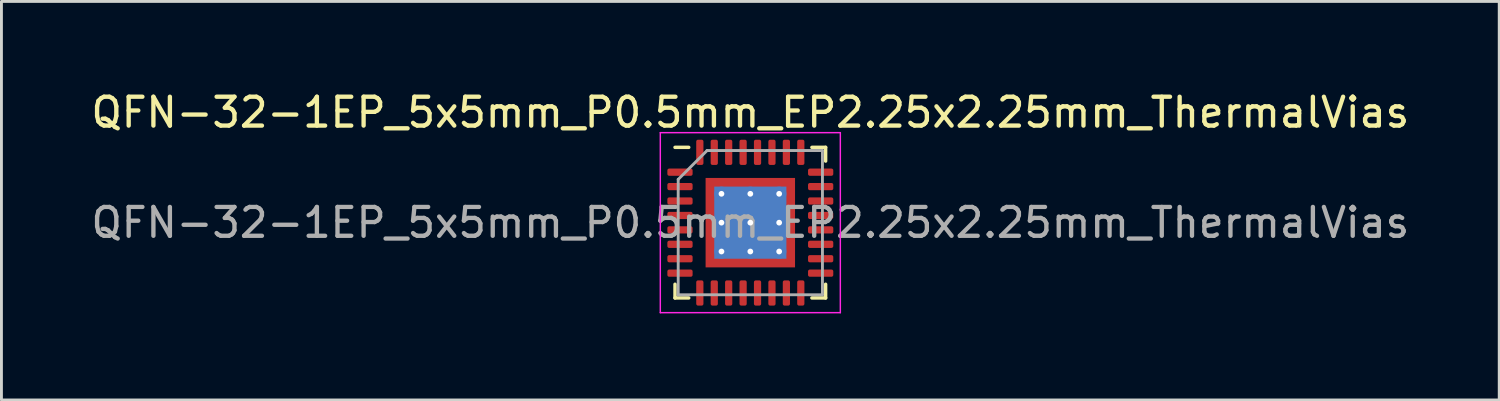
<source format=kicad_pcb>
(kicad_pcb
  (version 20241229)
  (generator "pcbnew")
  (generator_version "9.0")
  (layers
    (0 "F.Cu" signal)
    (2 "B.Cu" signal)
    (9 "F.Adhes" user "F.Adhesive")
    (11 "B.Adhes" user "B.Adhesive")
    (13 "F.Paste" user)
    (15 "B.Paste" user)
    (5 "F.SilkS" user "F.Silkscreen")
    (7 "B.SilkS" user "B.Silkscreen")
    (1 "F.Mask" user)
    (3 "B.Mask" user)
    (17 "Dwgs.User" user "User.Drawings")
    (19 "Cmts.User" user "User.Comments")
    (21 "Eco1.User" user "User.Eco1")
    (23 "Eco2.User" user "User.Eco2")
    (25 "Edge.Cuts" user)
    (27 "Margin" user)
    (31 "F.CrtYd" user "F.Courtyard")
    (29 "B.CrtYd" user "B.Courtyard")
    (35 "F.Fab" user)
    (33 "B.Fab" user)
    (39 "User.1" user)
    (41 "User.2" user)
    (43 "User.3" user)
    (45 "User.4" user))
  (footprint "QFN-32-1EP_5x5mm_P0.5mm_EP2.25x2.25mm_ThermalVias"
    (layer "F.Cu")
    (at 22.958 4.668)
    (property "Reference" "QFN-32-1EP_5x5mm_P0.5mm_EP2.25x2.25mm_ThermalVias" (at 0 -3.82 0) (layer "F.SilkS") (effects (font (size 1 1) (thickness 0.15))))
    (attr smd)
    (fp_line (start -2.61 2.61) (end -2.61 2.135) (stroke (width 0.12) (type solid)) (layer "F.SilkS"))
    (fp_line (start -2.135 -2.61) (end -2.61 -2.61) (stroke (width 0.12) (type solid)) (layer "F.SilkS"))
    (fp_line (start -2.135 2.61) (end -2.61 2.61) (stroke (width 0.12) (type solid)) (layer "F.SilkS"))
    (fp_line (start 2.135 -2.61) (end 2.61 -2.61) (stroke (width 0.12) (type solid)) (layer "F.SilkS"))
    (fp_line (start 2.135 2.61) (end 2.61 2.61) (stroke (width 0.12) (type solid)) (layer "F.SilkS"))
    (fp_line (start 2.61 -2.61) (end 2.61 -2.135) (stroke (width 0.12) (type solid)) (layer "F.SilkS"))
    (fp_line (start 2.61 2.61) (end 2.61 2.135) (stroke (width 0.12) (type solid)) (layer "F.SilkS"))
    (fp_line (start -3.12 -3.12) (end -3.12 3.12) (stroke (width 0.05) (type solid)) (layer "F.CrtYd"))
    (fp_line (start -3.12 3.12) (end 3.12 3.12) (stroke (width 0.05) (type solid)) (layer "F.CrtYd"))
    (fp_line (start 3.12 -3.12) (end -3.12 -3.12) (stroke (width 0.05) (type solid)) (layer "F.CrtYd"))
    (fp_line (start 3.12 3.12) (end 3.12 -3.12) (stroke (width 0.05) (type solid)) (layer "F.CrtYd"))
    (fp_line (start -2.5 -1.5) (end -1.5 -2.5) (stroke (width 0.1) (type solid)) (layer "F.Fab"))
    (fp_line (start -2.5 2.5) (end -2.5 -1.5) (stroke (width 0.1) (type solid)) (layer "F.Fab"))
    (fp_line (start -1.5 -2.5) (end 2.5 -2.5) (stroke (width 0.1) (type solid)) (layer "F.Fab"))
    (fp_line (start 2.5 -2.5) (end 2.5 2.5) (stroke (width 0.1) (type solid)) (layer "F.Fab"))
    (fp_line (start 2.5 2.5) (end -2.5 2.5) (stroke (width 0.1) (type solid)) (layer "F.Fab"))
    (fp_text user "${REFERENCE}" (at 0 0 0) (layer "F.Fab") (effects (font (size 1 1) (thickness 0.15))))
    (pad "" smd custom (at -1.275 -1.275) (size 0.319 0.319) (layers "F.Paste") (options (anchor circle)) (primitives (gr_poly (pts (xy -0.111 -0.111) (xy 0.111 -0.111) (xy 0.111 -0.000473) (xy -0.000473 0.111) (xy -0.111 0.111)) (width 0.222) (fill yes))))
    (pad "" smd custom (at -1.275 -0.5) (size 0.35 0.35) (layers "F.Paste") (options (anchor circle)) (primitives (gr_poly (pts (xy -0.128 -0.309) (xy 0.05 -0.309) (xy 0.128 -0.232) (xy 0.128 0.232) (xy 0.05 0.309) (xy -0.128 0.309)) (width 0.188) (fill yes))))
    (pad "" smd custom (at -1.275 0.5) (size 0.35 0.35) (layers "F.Paste") (options (anchor circle)) (primitives (gr_poly (pts (xy -0.128 -0.309) (xy 0.05 -0.309) (xy 0.128 -0.232) (xy 0.128 0.232) (xy 0.05 0.309) (xy -0.128 0.309)) (width 0.188) (fill yes))))
    (pad "" smd custom (at -1.275 1.275) (size 0.319 0.319) (layers "F.Paste") (options (anchor circle)) (primitives (gr_poly (pts (xy -0.111 -0.111) (xy -0.000473 -0.111) (xy 0.111 0.000473) (xy 0.111 0.111) (xy -0.111 0.111)) (width 0.222) (fill yes))))
    (pad "" smd custom (at -0.5 -1.275) (size 0.35 0.35) (layers "F.Paste") (options (anchor circle)) (primitives (gr_poly (pts (xy -0.309 -0.128) (xy 0.309 -0.128) (xy 0.309 0.05) (xy 0.232 0.128) (xy -0.232 0.128) (xy -0.309 0.05)) (width 0.188) (fill yes))))
    (pad "" smd roundrect (at -0.5 -0.5) (size 0.806 0.806) (layers "F.Paste") (roundrect_rratio 0.25))
    (pad "" smd roundrect (at -0.5 0.5) (size 0.806 0.806) (layers "F.Paste") (roundrect_rratio 0.25))
    (pad "" smd custom (at -0.5 1.275) (size 0.35 0.35) (layers "F.Paste") (options (anchor circle)) (primitives (gr_poly (pts (xy -0.309 -0.05) (xy -0.232 -0.128) (xy 0.232 -0.128) (xy 0.309 -0.05) (xy 0.309 0.128) (xy -0.309 0.128)) (width 0.188) (fill yes))))
    (pad "" smd custom (at 0.5 -1.275) (size 0.35 0.35) (layers "F.Paste") (options (anchor circle)) (primitives (gr_poly (pts (xy -0.309 -0.128) (xy 0.309 -0.128) (xy 0.309 0.05) (xy 0.232 0.128) (xy -0.232 0.128) (xy -0.309 0.05)) (width 0.188) (fill yes))))
    (pad "" smd roundrect (at 0.5 -0.5) (size 0.806 0.806) (layers "F.Paste") (roundrect_rratio 0.25))
    (pad "" smd roundrect (at 0.5 0.5) (size 0.806 0.806) (layers "F.Paste") (roundrect_rratio 0.25))
    (pad "" smd custom (at 0.5 1.275) (size 0.35 0.35) (layers "F.Paste") (options (anchor circle)) (primitives (gr_poly (pts (xy -0.309 -0.05) (xy -0.232 -0.128) (xy 0.232 -0.128) (xy 0.309 -0.05) (xy 0.309 0.128) (xy -0.309 0.128)) (width 0.188) (fill yes))))
    (pad "" smd custom (at 1.275 -1.275) (size 0.319 0.319) (layers "F.Paste") (options (anchor circle)) (primitives (gr_poly (pts (xy -0.111 -0.111) (xy 0.111 -0.111) (xy 0.111 0.111) (xy 0.000473 0.111) (xy -0.111 -0.000473)) (width 0.222) (fill yes))))
    (pad "" smd custom (at 1.275 -0.5) (size 0.35 0.35) (layers "F.Paste") (options (anchor circle)) (primitives (gr_poly (pts (xy -0.128 -0.232) (xy -0.05 -0.309) (xy 0.128 -0.309) (xy 0.128 0.309) (xy -0.05 0.309) (xy -0.128 0.232)) (width 0.188) (fill yes))))
    (pad "" smd custom (at 1.275 0.5) (size 0.35 0.35) (layers "F.Paste") (options (anchor circle)) (primitives (gr_poly (pts (xy -0.128 -0.232) (xy -0.05 -0.309) (xy 0.128 -0.309) (xy 0.128 0.309) (xy -0.05 0.309) (xy -0.128 0.232)) (width 0.188) (fill yes))))
    (pad "" smd custom (at 1.275 1.275) (size 0.319 0.319) (layers "F.Paste") (options (anchor circle)) (primitives (gr_poly (pts (xy -0.111 0.000473) (xy 0.000473 -0.111) (xy 0.111 -0.111) (xy 0.111 0.111) (xy -0.111 0.111)) (width 0.222) (fill yes))))
    (pad "1" smd roundrect (at -2.438 -1.75) (size 0.875 0.25) (layers "F.Cu" "F.Mask" "F.Paste") (roundrect_rratio 0.25))
    (pad "2" smd roundrect (at -2.438 -1.25) (size 0.875 0.25) (layers "F.Cu" "F.Mask" "F.Paste") (roundrect_rratio 0.25))
    (pad "3" smd roundrect (at -2.438 -0.75) (size 0.875 0.25) (layers "F.Cu" "F.Mask" "F.Paste") (roundrect_rratio 0.25))
    (pad "4" smd roundrect (at -2.438 -0.25) (size 0.875 0.25) (layers "F.Cu" "F.Mask" "F.Paste") (roundrect_rratio 0.25))
    (pad "5" smd roundrect (at -2.438 0.25) (size 0.875 0.25) (layers "F.Cu" "F.Mask" "F.Paste") (roundrect_rratio 0.25))
    (pad "6" smd roundrect (at -2.438 0.75) (size 0.875 0.25) (layers "F.Cu" "F.Mask" "F.Paste") (roundrect_rratio 0.25))
    (pad "7" smd roundrect (at -2.438 1.25) (size 0.875 0.25) (layers "F.Cu" "F.Mask" "F.Paste") (roundrect_rratio 0.25))
    (pad "8" smd roundrect (at -2.438 1.75) (size 0.875 0.25) (layers "F.Cu" "F.Mask" "F.Paste") (roundrect_rratio 0.25))
    (pad "9" smd roundrect (at -1.75 2.438) (size 0.25 0.875) (layers "F.Cu" "F.Mask" "F.Paste") (roundrect_rratio 0.25))
    (pad "10" smd roundrect (at -1.25 2.438) (size 0.25 0.875) (layers "F.Cu" "F.Mask" "F.Paste") (roundrect_rratio 0.25))
    (pad "11" smd roundrect (at -0.75 2.438) (size 0.25 0.875) (layers "F.Cu" "F.Mask" "F.Paste") (roundrect_rratio 0.25))
    (pad "12" smd roundrect (at -0.25 2.438) (size 0.25 0.875) (layers "F.Cu" "F.Mask" "F.Paste") (roundrect_rratio 0.25))
    (pad "13" smd roundrect (at 0.25 2.438) (size 0.25 0.875) (layers "F.Cu" "F.Mask" "F.Paste") (roundrect_rratio 0.25))
    (pad "14" smd roundrect (at 0.75 2.438) (size 0.25 0.875) (layers "F.Cu" "F.Mask" "F.Paste") (roundrect_rratio 0.25))
    (pad "15" smd roundrect (at 1.25 2.438) (size 0.25 0.875) (layers "F.Cu" "F.Mask" "F.Paste") (roundrect_rratio 0.25))
    (pad "16" smd roundrect (at 1.75 2.438) (size 0.25 0.875) (layers "F.Cu" "F.Mask" "F.Paste") (roundrect_rratio 0.25))
    (pad "17" smd roundrect (at 2.438 1.75) (size 0.875 0.25) (layers "F.Cu" "F.Mask" "F.Paste") (roundrect_rratio 0.25))
    (pad "18" smd roundrect (at 2.438 1.25) (size 0.875 0.25) (layers "F.Cu" "F.Mask" "F.Paste") (roundrect_rratio 0.25))
    (pad "19" smd roundrect (at 2.438 0.75) (size 0.875 0.25) (layers "F.Cu" "F.Mask" "F.Paste") (roundrect_rratio 0.25))
    (pad "20" smd roundrect (at 2.438 0.25) (size 0.875 0.25) (layers "F.Cu" "F.Mask" "F.Paste") (roundrect_rratio 0.25))
    (pad "21" smd roundrect (at 2.438 -0.25) (size 0.875 0.25) (layers "F.Cu" "F.Mask" "F.Paste") (roundrect_rratio 0.25))
    (pad "22" smd roundrect (at 2.438 -0.75) (size 0.875 0.25) (layers "F.Cu" "F.Mask" "F.Paste") (roundrect_rratio 0.25))
    (pad "23" smd roundrect (at 2.438 -1.25) (size 0.875 0.25) (layers "F.Cu" "F.Mask" "F.Paste") (roundrect_rratio 0.25))
    (pad "24" smd roundrect (at 2.438 -1.75) (size 0.875 0.25) (layers "F.Cu" "F.Mask" "F.Paste") (roundrect_rratio 0.25))
    (pad "25" smd roundrect (at 1.75 -2.438) (size 0.25 0.875) (layers "F.Cu" "F.Mask" "F.Paste") (roundrect_rratio 0.25))
    (pad "26" smd roundrect (at 1.25 -2.438) (size 0.25 0.875) (layers "F.Cu" "F.Mask" "F.Paste") (roundrect_rratio 0.25))
    (pad "27" smd roundrect (at 0.75 -2.438) (size 0.25 0.875) (layers "F.Cu" "F.Mask" "F.Paste") (roundrect_rratio 0.25))
    (pad "28" smd roundrect (at 0.25 -2.438) (size 0.25 0.875) (layers "F.Cu" "F.Mask" "F.Paste") (roundrect_rratio 0.25))
    (pad "29" smd roundrect (at -0.25 -2.438) (size 0.25 0.875) (layers "F.Cu" "F.Mask" "F.Paste") (roundrect_rratio 0.25))
    (pad "30" smd roundrect (at -0.75 -2.438) (size 0.25 0.875) (layers "F.Cu" "F.Mask" "F.Paste") (roundrect_rratio 0.25))
    (pad "31" smd roundrect (at -1.25 -2.438) (size 0.25 0.875) (layers "F.Cu" "F.Mask" "F.Paste") (roundrect_rratio 0.25))
    (pad "32" smd roundrect (at -1.75 -2.438) (size 0.25 0.875) (layers "F.Cu" "F.Mask" "F.Paste") (roundrect_rratio 0.25))
    (pad "33" thru_hole circle (at -1 -1) (size 0.5 0.5) (drill 0.2) (layers "*.Cu"))
    (pad "33" thru_hole circle (at -1 0) (size 0.5 0.5) (drill 0.2) (layers "*.Cu"))
    (pad "33" thru_hole circle (at -1 1) (size 0.5 0.5) (drill 0.2) (layers "*.Cu"))
    (pad "33" thru_hole circle (at 0 -1) (size 0.5 0.5) (drill 0.2) (layers "*.Cu"))
    (pad "33" thru_hole circle (at 0 0) (size 0.5 0.5) (drill 0.2) (layers "*.Cu"))
    (pad "33" smd rect (at 0 0) (size 2.5 2.5) (layers "B.Cu"))
    (pad "33" smd rect (at 0 0) (size 3.1 3.1) (layers "F.Cu" "F.Mask"))
    (pad "33" thru_hole circle (at 0 1) (size 0.5 0.5) (drill 0.2) (layers "*.Cu"))
    (pad "33" thru_hole circle (at 1 -1) (size 0.5 0.5) (drill 0.2) (layers "*.Cu"))
    (pad "33" thru_hole circle (at 1 0) (size 0.5 0.5) (drill 0.2) (layers "*.Cu"))
    (pad "33" thru_hole circle (at 1 1) (size 0.5 0.5) (drill 0.2) (layers "*.Cu")))
  (gr_rect
    (start -3 -3)
    (end 48.917 10.813)
    (stroke (width 0.1) (type default))
    (fill no)
    (layer "Edge.Cuts")))
</source>
